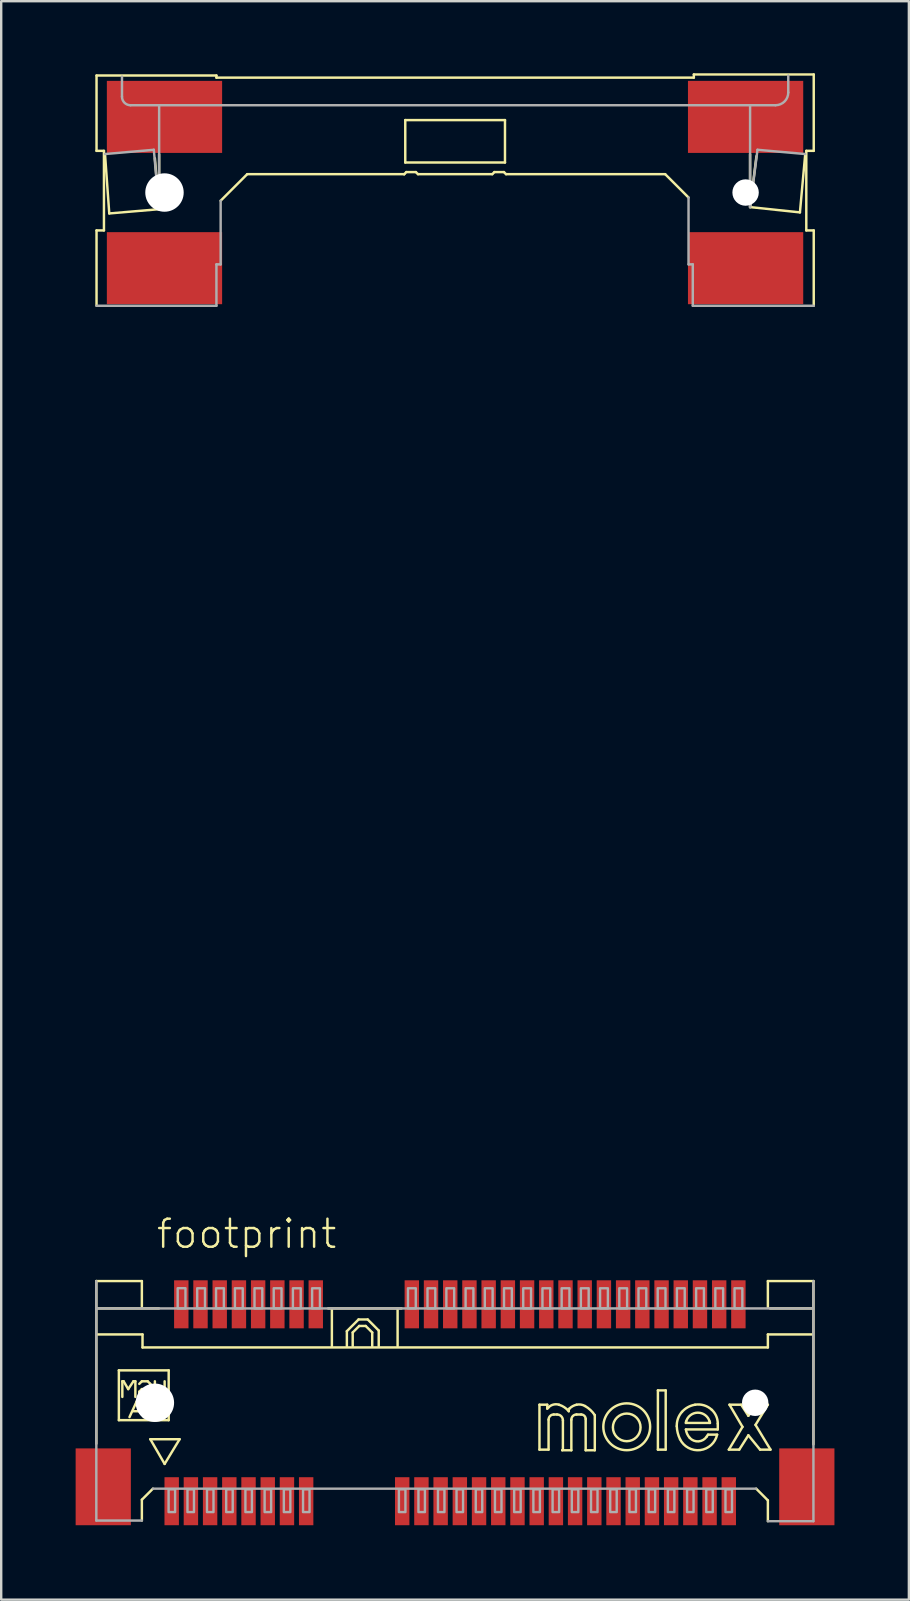
<source format=kicad_pcb>
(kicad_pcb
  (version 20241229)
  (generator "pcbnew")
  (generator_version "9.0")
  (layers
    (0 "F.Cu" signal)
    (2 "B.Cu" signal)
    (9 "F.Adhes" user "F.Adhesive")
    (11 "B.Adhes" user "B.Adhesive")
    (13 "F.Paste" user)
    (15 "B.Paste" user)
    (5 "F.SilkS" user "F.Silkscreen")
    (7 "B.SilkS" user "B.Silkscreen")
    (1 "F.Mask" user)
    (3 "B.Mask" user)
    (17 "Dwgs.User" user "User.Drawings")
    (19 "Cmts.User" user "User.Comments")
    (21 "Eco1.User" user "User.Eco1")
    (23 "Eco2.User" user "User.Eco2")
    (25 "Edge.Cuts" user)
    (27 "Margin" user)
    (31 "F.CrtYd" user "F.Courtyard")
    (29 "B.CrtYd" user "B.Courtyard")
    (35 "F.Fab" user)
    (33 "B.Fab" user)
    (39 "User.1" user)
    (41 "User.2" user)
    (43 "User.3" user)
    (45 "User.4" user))
  (footprint "footprint"
    (layer "F.Cu")
    (at 3.4 55.368)
    (property "Reference" "footprint" (at 0 -6.35 0) (layer "F.SilkS") (effects (font (size 1.168 1.168) (thickness 0.102)) (justify left bottom)))
    (fp_poly (pts (xy -3.4 5.188) (xy -0.9 5.188) (xy -0.9 1.8) (xy -3.4 1.8)) (stroke (width 0) (type solid)) (fill yes) (layer "F.Mask"))
    (fp_poly (pts (xy -2.188 -51.875) (xy 2.962 -51.875) (xy 2.962 -55.212) (xy -2.188 -55.212)) (stroke (width 0) (type solid)) (fill yes) (layer "F.Mask"))
    (fp_poly (pts (xy -2.188 -45.562) (xy 2.962 -45.562) (xy 2.962 -48.9) (xy -2.188 -48.9)) (stroke (width 0) (type solid)) (fill yes) (layer "F.Mask"))
    (fp_poly (pts (xy 0.35 5.175) (xy 1.038 5.175) (xy 1.038 3.025) (xy 0.35 3.025)) (stroke (width 0) (type solid)) (fill yes) (layer "F.Mask"))
    (fp_poly (pts (xy 0.75 -3.025) (xy 1.438 -3.025) (xy 1.438 -5.175) (xy 0.75 -5.175)) (stroke (width 0) (type solid)) (fill yes) (layer "F.Mask"))
    (fp_poly (pts (xy 1.15 5.175) (xy 1.837 5.175) (xy 1.837 3.025) (xy 1.15 3.025)) (stroke (width 0) (type solid)) (fill yes) (layer "F.Mask"))
    (fp_poly (pts (xy 1.55 -3.025) (xy 2.237 -3.025) (xy 2.237 -5.175) (xy 1.55 -5.175)) (stroke (width 0) (type solid)) (fill yes) (layer "F.Mask"))
    (fp_poly (pts (xy 1.95 5.175) (xy 2.638 5.175) (xy 2.638 3.025) (xy 1.95 3.025)) (stroke (width 0) (type solid)) (fill yes) (layer "F.Mask"))
    (fp_poly (pts (xy 2.35 -3.025) (xy 3.038 -3.025) (xy 3.038 -5.175) (xy 2.35 -5.175)) (stroke (width 0) (type solid)) (fill yes) (layer "F.Mask"))
    (fp_poly (pts (xy 2.75 5.175) (xy 3.438 5.175) (xy 3.438 3.025) (xy 2.75 3.025)) (stroke (width 0) (type solid)) (fill yes) (layer "F.Mask"))
    (fp_poly (pts (xy 3.15 -3.025) (xy 3.837 -3.025) (xy 3.837 -5.175) (xy 3.15 -5.175)) (stroke (width 0) (type solid)) (fill yes) (layer "F.Mask"))
    (fp_poly (pts (xy 3.55 5.175) (xy 4.237 5.175) (xy 4.237 3.025) (xy 3.55 3.025)) (stroke (width 0) (type solid)) (fill yes) (layer "F.Mask"))
    (fp_poly (pts (xy 3.95 -3.025) (xy 4.638 -3.025) (xy 4.638 -5.175) (xy 3.95 -5.175)) (stroke (width 0) (type solid)) (fill yes) (layer "F.Mask"))
    (fp_poly (pts (xy 4.35 5.175) (xy 5.037 5.175) (xy 5.037 3.025) (xy 4.35 3.025)) (stroke (width 0) (type solid)) (fill yes) (layer "F.Mask"))
    (fp_poly (pts (xy 4.75 -3.025) (xy 5.438 -3.025) (xy 5.438 -5.175) (xy 4.75 -5.175)) (stroke (width 0) (type solid)) (fill yes) (layer "F.Mask"))
    (fp_poly (pts (xy 5.15 5.175) (xy 5.838 5.175) (xy 5.838 3.025) (xy 5.15 3.025)) (stroke (width 0) (type solid)) (fill yes) (layer "F.Mask"))
    (fp_poly (pts (xy 5.55 -3.025) (xy 6.237 -3.025) (xy 6.237 -5.175) (xy 5.55 -5.175)) (stroke (width 0) (type solid)) (fill yes) (layer "F.Mask"))
    (fp_poly (pts (xy 5.95 5.175) (xy 6.638 5.175) (xy 6.638 3.025) (xy 5.95 3.025)) (stroke (width 0) (type solid)) (fill yes) (layer "F.Mask"))
    (fp_poly (pts (xy 6.35 -3.025) (xy 7.037 -3.025) (xy 7.037 -5.175) (xy 6.35 -5.175)) (stroke (width 0) (type solid)) (fill yes) (layer "F.Mask"))
    (fp_poly (pts (xy 9.95 5.175) (xy 10.637 5.175) (xy 10.637 3.025) (xy 9.95 3.025)) (stroke (width 0) (type solid)) (fill yes) (layer "F.Mask"))
    (fp_poly (pts (xy 10.35 -3.025) (xy 11.037 -3.025) (xy 11.037 -5.175) (xy 10.35 -5.175)) (stroke (width 0) (type solid)) (fill yes) (layer "F.Mask"))
    (fp_poly (pts (xy 10.75 5.175) (xy 11.438 5.175) (xy 11.438 3.025) (xy 10.75 3.025)) (stroke (width 0) (type solid)) (fill yes) (layer "F.Mask"))
    (fp_poly (pts (xy 11.15 -3.025) (xy 11.838 -3.025) (xy 11.838 -5.175) (xy 11.15 -5.175)) (stroke (width 0) (type solid)) (fill yes) (layer "F.Mask"))
    (fp_poly (pts (xy 11.55 5.175) (xy 12.238 5.175) (xy 12.238 3.025) (xy 11.55 3.025)) (stroke (width 0) (type solid)) (fill yes) (layer "F.Mask"))
    (fp_poly (pts (xy 11.95 -3.025) (xy 12.637 -3.025) (xy 12.637 -5.175) (xy 11.95 -5.175)) (stroke (width 0) (type solid)) (fill yes) (layer "F.Mask"))
    (fp_poly (pts (xy 12.35 5.175) (xy 13.037 5.175) (xy 13.037 3.025) (xy 12.35 3.025)) (stroke (width 0) (type solid)) (fill yes) (layer "F.Mask"))
    (fp_poly (pts (xy 12.75 -3.025) (xy 13.438 -3.025) (xy 13.438 -5.175) (xy 12.75 -5.175)) (stroke (width 0) (type solid)) (fill yes) (layer "F.Mask"))
    (fp_poly (pts (xy 13.15 5.175) (xy 13.838 5.175) (xy 13.838 3.025) (xy 13.15 3.025)) (stroke (width 0) (type solid)) (fill yes) (layer "F.Mask"))
    (fp_poly (pts (xy 13.55 -3.025) (xy 14.238 -3.025) (xy 14.238 -5.175) (xy 13.55 -5.175)) (stroke (width 0) (type solid)) (fill yes) (layer "F.Mask"))
    (fp_poly (pts (xy 13.95 5.175) (xy 14.637 5.175) (xy 14.637 3.025) (xy 13.95 3.025)) (stroke (width 0) (type solid)) (fill yes) (layer "F.Mask"))
    (fp_poly (pts (xy 14.35 -3.025) (xy 15.037 -3.025) (xy 15.037 -5.175) (xy 14.35 -5.175)) (stroke (width 0) (type solid)) (fill yes) (layer "F.Mask"))
    (fp_poly (pts (xy 14.75 5.175) (xy 15.438 5.175) (xy 15.438 3.025) (xy 14.75 3.025)) (stroke (width 0) (type solid)) (fill yes) (layer "F.Mask"))
    (fp_poly (pts (xy 15.15 -3.025) (xy 15.838 -3.025) (xy 15.838 -5.175) (xy 15.15 -5.175)) (stroke (width 0) (type solid)) (fill yes) (layer "F.Mask"))
    (fp_poly (pts (xy 15.55 5.175) (xy 16.238 5.175) (xy 16.238 3.025) (xy 15.55 3.025)) (stroke (width 0) (type solid)) (fill yes) (layer "F.Mask"))
    (fp_poly (pts (xy 15.95 -3.025) (xy 16.637 -3.025) (xy 16.637 -5.175) (xy 15.95 -5.175)) (stroke (width 0) (type solid)) (fill yes) (layer "F.Mask"))
    (fp_poly (pts (xy 16.35 5.175) (xy 17.038 5.175) (xy 17.038 3.025) (xy 16.35 3.025)) (stroke (width 0) (type solid)) (fill yes) (layer "F.Mask"))
    (fp_poly (pts (xy 16.75 -3.025) (xy 17.438 -3.025) (xy 17.438 -5.175) (xy 16.75 -5.175)) (stroke (width 0) (type solid)) (fill yes) (layer "F.Mask"))
    (fp_poly (pts (xy 17.15 5.175) (xy 17.837 5.175) (xy 17.837 3.025) (xy 17.15 3.025)) (stroke (width 0) (type solid)) (fill yes) (layer "F.Mask"))
    (fp_poly (pts (xy 17.55 -3.025) (xy 18.238 -3.025) (xy 18.238 -5.175) (xy 17.55 -5.175)) (stroke (width 0) (type solid)) (fill yes) (layer "F.Mask"))
    (fp_poly (pts (xy 17.95 5.175) (xy 18.637 5.175) (xy 18.637 3.025) (xy 17.95 3.025)) (stroke (width 0) (type solid)) (fill yes) (layer "F.Mask"))
    (fp_poly (pts (xy 18.35 -3.025) (xy 19.038 -3.025) (xy 19.038 -5.175) (xy 18.35 -5.175)) (stroke (width 0) (type solid)) (fill yes) (layer "F.Mask"))
    (fp_poly (pts (xy 18.75 5.175) (xy 19.438 5.175) (xy 19.438 3.025) (xy 18.75 3.025)) (stroke (width 0) (type solid)) (fill yes) (layer "F.Mask"))
    (fp_poly (pts (xy 19.15 -3.025) (xy 19.837 -3.025) (xy 19.837 -5.175) (xy 19.15 -5.175)) (stroke (width 0) (type solid)) (fill yes) (layer "F.Mask"))
    (fp_poly (pts (xy 19.55 5.175) (xy 20.238 5.175) (xy 20.238 3.025) (xy 19.55 3.025)) (stroke (width 0) (type solid)) (fill yes) (layer "F.Mask"))
    (fp_poly (pts (xy 19.95 -3.025) (xy 20.637 -3.025) (xy 20.637 -5.175) (xy 19.95 -5.175)) (stroke (width 0) (type solid)) (fill yes) (layer "F.Mask"))
    (fp_poly (pts (xy 20.35 5.175) (xy 21.038 5.175) (xy 21.038 3.025) (xy 20.35 3.025)) (stroke (width 0) (type solid)) (fill yes) (layer "F.Mask"))
    (fp_poly (pts (xy 20.75 -3.025) (xy 21.438 -3.025) (xy 21.438 -5.175) (xy 20.75 -5.175)) (stroke (width 0) (type solid)) (fill yes) (layer "F.Mask"))
    (fp_poly (pts (xy 21.15 5.175) (xy 21.837 5.175) (xy 21.837 3.025) (xy 21.15 3.025)) (stroke (width 0) (type solid)) (fill yes) (layer "F.Mask"))
    (fp_poly (pts (xy 21.55 -3.025) (xy 22.238 -3.025) (xy 22.238 -5.175) (xy 21.55 -5.175)) (stroke (width 0) (type solid)) (fill yes) (layer "F.Mask"))
    (fp_poly (pts (xy 21.95 5.175) (xy 22.637 5.175) (xy 22.637 3.025) (xy 21.95 3.025)) (stroke (width 0) (type solid)) (fill yes) (layer "F.Mask"))
    (fp_poly (pts (xy 22.012 -45.575) (xy 27.163 -45.575) (xy 27.163 -48.913) (xy 22.012 -48.913)) (stroke (width 0) (type solid)) (fill yes) (layer "F.Mask"))
    (fp_poly (pts (xy 22.025 -51.875) (xy 27.175 -51.875) (xy 27.175 -55.212) (xy 22.025 -55.212)) (stroke (width 0) (type solid)) (fill yes) (layer "F.Mask"))
    (fp_poly (pts (xy 22.35 -3.025) (xy 23.038 -3.025) (xy 23.038 -5.175) (xy 22.35 -5.175)) (stroke (width 0) (type solid)) (fill yes) (layer "F.Mask"))
    (fp_poly (pts (xy 22.75 5.175) (xy 23.438 5.175) (xy 23.438 3.025) (xy 22.75 3.025)) (stroke (width 0) (type solid)) (fill yes) (layer "F.Mask"))
    (fp_poly (pts (xy 23.15 -3.025) (xy 23.837 -3.025) (xy 23.837 -5.175) (xy 23.15 -5.175)) (stroke (width 0) (type solid)) (fill yes) (layer "F.Mask"))
    (fp_poly (pts (xy 23.55 5.175) (xy 24.238 5.175) (xy 24.238 3.025) (xy 23.55 3.025)) (stroke (width 0) (type solid)) (fill yes) (layer "F.Mask"))
    (fp_poly (pts (xy 23.95 -3.025) (xy 24.637 -3.025) (xy 24.637 -5.175) (xy 23.95 -5.175)) (stroke (width 0) (type solid)) (fill yes) (layer "F.Mask"))
    (fp_poly (pts (xy 25.9 5.2) (xy 28.4 5.2) (xy 28.4 1.812) (xy 25.9 1.812)) (stroke (width 0) (type solid)) (fill yes) (layer "F.Mask"))
    (fp_line (start -2.439 -5.068) (end -0.542 -5.068) (stroke (width 0.102) (type solid)) (layer "F.SilkS"))
    (fp_line (start -2.439 1.705) (end -2.439 -5.068) (stroke (width 0.102) (type solid)) (layer "F.SilkS"))
    (fp_line (start -2.43 -55.273) (end 2.563 -55.273) (stroke (width 0.102) (type solid)) (layer "F.SilkS"))
    (fp_line (start -2.43 -52.136) (end -2.43 -55.273) (stroke (width 0.102) (type solid)) (layer "F.SilkS"))
    (fp_line (start -2.43 -48.822) (end -2.121 -48.822) (stroke (width 0.102) (type solid)) (layer "F.SilkS"))
    (fp_line (start -2.43 -45.685) (end -2.43 -48.822) (stroke (width 0.102) (type solid)) (layer "F.SilkS"))
    (fp_line (start -2.385 -3.929) (end 0.171 -3.929) (stroke (width 0.102) (type solid)) (layer "F.SilkS"))
    (fp_line (start -2.121 -52.136) (end -2.43 -52.136) (stroke (width 0.102) (type solid)) (layer "F.SilkS"))
    (fp_line (start -2.121 -48.822) (end -2.121 -52.136) (stroke (width 0.102) (type solid)) (layer "F.SilkS"))
    (fp_line (start -2.077 -52.003) (end -1.9 -49.529) (stroke (width 0.102) (type solid)) (layer "F.SilkS"))
    (fp_line (start -1.9 -49.529) (end 0.177 -49.706) (stroke (width 0.102) (type solid)) (layer "F.SilkS"))
    (fp_line (start -1.5 -1.35) (end 0.575 -1.35) (stroke (width 0.102) (type solid)) (layer "F.SilkS"))
    (fp_line (start -1.5 0.725) (end -1.5 -1.35) (stroke (width 0.102) (type solid)) (layer "F.SilkS"))
    (fp_line (start -1.355 -0.894) (end -1.301 -0.894) (stroke (width 0.102) (type solid)) (layer "F.SilkS"))
    (fp_line (start -1.355 -0.244) (end -1.355 -0.894) (stroke (width 0.102) (type solid)) (layer "F.SilkS"))
    (fp_line (start -1.301 -0.894) (end -1.111 -0.569) (stroke (width 0.102) (type solid)) (layer "F.SilkS"))
    (fp_line (start -1.111 -0.569) (end -0.894 -0.894) (stroke (width 0.102) (type solid)) (layer "F.SilkS"))
    (fp_line (start -1.057 0.596) (end -0.759 -0.054) (stroke (width 0.102) (type solid)) (layer "F.SilkS"))
    (fp_line (start -0.894 -0.894) (end -0.813 -0.894) (stroke (width 0.102) (type solid)) (layer "F.SilkS"))
    (fp_line (start -0.894 0.352) (end -0.623 0.352) (stroke (width 0.102) (type solid)) (layer "F.SilkS"))
    (fp_line (start -0.813 -0.894) (end -0.813 -0.244) (stroke (width 0.102) (type solid)) (layer "F.SilkS"))
    (fp_line (start -0.759 -0.054) (end -0.461 0.596) (stroke (width 0.102) (type solid)) (layer "F.SilkS"))
    (fp_line (start -0.65 -0.786) (end -0.542 -0.894) (stroke (width 0.102) (type solid)) (layer "F.SilkS"))
    (fp_line (start -0.65 -0.461) (end -0.65 -0.352) (stroke (width 0.102) (type solid)) (layer "F.SilkS"))
    (fp_line (start -0.65 -0.352) (end -0.542 -0.244) (stroke (width 0.102) (type solid)) (layer "F.SilkS"))
    (fp_line (start -0.542 -5.068) (end -0.542 -4.011) (stroke (width 0.102) (type solid)) (layer "F.SilkS"))
    (fp_line (start -0.542 -0.894) (end -0.298 -0.894) (stroke (width 0.102) (type solid)) (layer "F.SilkS"))
    (fp_line (start -0.542 -0.569) (end -0.65 -0.461) (stroke (width 0.102) (type solid)) (layer "F.SilkS"))
    (fp_line (start -0.542 -0.244) (end -0.298 -0.244) (stroke (width 0.102) (type solid)) (layer "F.SilkS"))
    (fp_line (start -0.542 4.038) (end -0.081 3.577) (stroke (width 0.102) (type solid)) (layer "F.SilkS"))
    (fp_line (start -0.542 4.905) (end -0.542 4.038) (stroke (width 0.102) (type solid)) (layer "F.SilkS"))
    (fp_line (start -0.515 -2.845) (end -2.385 -2.845) (stroke (width 0.102) (type solid)) (layer "F.SilkS"))
    (fp_line (start -0.515 -2.304) (end -0.515 -2.845) (stroke (width 0.102) (type solid)) (layer "F.SilkS"))
    (fp_line (start -0.406 0.136) (end -0.136 -0.054) (stroke (width 0.102) (type solid)) (layer "F.SilkS"))
    (fp_line (start -0.298 -0.894) (end -0.19 -0.786) (stroke (width 0.102) (type solid)) (layer "F.SilkS"))
    (fp_line (start -0.298 -0.244) (end -0.19 -0.352) (stroke (width 0.102) (type solid)) (layer "F.SilkS"))
    (fp_line (start -0.271 -0.569) (end -0.542 -0.569) (stroke (width 0.102) (type solid)) (layer "F.SilkS"))
    (fp_line (start -0.19 -0.786) (end -0.19 -0.65) (stroke (width 0.102) (type solid)) (layer "F.SilkS"))
    (fp_line (start -0.19 -0.65) (end -0.271 -0.569) (stroke (width 0.102) (type solid)) (layer "F.SilkS"))
    (fp_line (start -0.19 1.518) (end 1.03 1.518) (stroke (width 0.102) (type solid)) (layer "F.SilkS"))
    (fp_line (start -0.136 -0.054) (end -0.136 0.596) (stroke (width 0.102) (type solid)) (layer "F.SilkS"))
    (fp_line (start 0 -0.894) (end 0 -0.244) (stroke (width 0.102) (type solid)) (layer "F.SilkS"))
    (fp_line (start 0.054 -0.569) (end 0.352 -0.569) (stroke (width 0.102) (type solid)) (layer "F.SilkS"))
    (fp_line (start 0.177 -49.706) (end 0 -51.824) (stroke (width 0.102) (type solid)) (layer "F.SilkS"))
    (fp_line (start 0.177 -49.706) (end 0.177 -51.992) (stroke (width 0.102) (type solid)) (layer "F.SilkS"))
    (fp_line (start 0.406 -0.894) (end 0.406 -0.244) (stroke (width 0.102) (type solid)) (layer "F.SilkS"))
    (fp_line (start 0.406 2.547) (end -0.19 1.518) (stroke (width 0.102) (type solid)) (layer "F.SilkS"))
    (fp_line (start 0.575 -1.35) (end 0.575 0.725) (stroke (width 0.102) (type solid)) (layer "F.SilkS"))
    (fp_line (start 0.575 0.725) (end -1.5 0.725) (stroke (width 0.102) (type solid)) (layer "F.SilkS"))
    (fp_line (start 1.03 1.518) (end 0.406 2.547) (stroke (width 0.102) (type solid)) (layer "F.SilkS"))
    (fp_line (start 2.563 -55.273) (end 2.563 -55.185) (stroke (width 0.102) (type solid)) (layer "F.SilkS"))
    (fp_line (start 2.563 -55.185) (end 22.445 -55.185) (stroke (width 0.102) (type solid)) (layer "F.SilkS"))
    (fp_line (start 3.844 -51.164) (end 2.739 -50.059) (stroke (width 0.102) (type solid)) (layer "F.SilkS"))
    (fp_line (start 7.215 -3.929) (end 10.271 -3.929) (stroke (width 0.102) (type solid)) (layer "F.SilkS"))
    (fp_line (start 7.371 -2.358) (end 7.371 -3.875) (stroke (width 0.102) (type solid)) (layer "F.SilkS"))
    (fp_line (start 7.995 -2.981) (end 8.482 -3.469) (stroke (width 0.102) (type solid)) (layer "F.SilkS"))
    (fp_line (start 7.995 -2.358) (end 7.995 -2.981) (stroke (width 0.102) (type solid)) (layer "F.SilkS"))
    (fp_line (start 8.238 -2.927) (end 8.509 -3.198) (stroke (width 0.102) (type solid)) (layer "F.SilkS"))
    (fp_line (start 8.238 -2.358) (end 8.238 -2.927) (stroke (width 0.102) (type solid)) (layer "F.SilkS"))
    (fp_line (start 8.482 -3.469) (end 8.862 -3.469) (stroke (width 0.102) (type solid)) (layer "F.SilkS"))
    (fp_line (start 8.509 -3.198) (end 8.78 -3.198) (stroke (width 0.102) (type solid)) (layer "F.SilkS"))
    (fp_line (start 8.78 -3.198) (end 9.051 -2.927) (stroke (width 0.102) (type solid)) (layer "F.SilkS"))
    (fp_line (start 8.862 -3.469) (end 9.322 -3.008) (stroke (width 0.102) (type solid)) (layer "F.SilkS"))
    (fp_line (start 9.051 -2.927) (end 9.051 -2.358) (stroke (width 0.102) (type solid)) (layer "F.SilkS"))
    (fp_line (start 9.322 -3.008) (end 9.322 -2.358) (stroke (width 0.102) (type solid)) (layer "F.SilkS"))
    (fp_line (start 10.108 -2.358) (end 10.108 -3.875) (stroke (width 0.102) (type solid)) (layer "F.SilkS"))
    (fp_line (start 10.383 -51.164) (end 3.844 -51.164) (stroke (width 0.102) (type solid)) (layer "F.SilkS"))
    (fp_line (start 10.383 -51.164) (end 10.383 -51.164) (stroke (width 0.102) (type solid)) (layer "F.SilkS"))
    (fp_line (start 10.427 -53.417) (end 10.427 -51.65) (stroke (width 0.102) (type solid)) (layer "F.SilkS"))
    (fp_line (start 10.427 -51.65) (end 14.58 -51.65) (stroke (width 0.102) (type solid)) (layer "F.SilkS"))
    (fp_line (start 10.471 -51.252) (end 10.383 -51.164) (stroke (width 0.102) (type solid)) (layer "F.SilkS"))
    (fp_line (start 10.869 -51.252) (end 10.471 -51.252) (stroke (width 0.102) (type solid)) (layer "F.SilkS"))
    (fp_line (start 10.957 -51.164) (end 10.869 -51.252) (stroke (width 0.102) (type solid)) (layer "F.SilkS"))
    (fp_line (start 14.05 -51.164) (end 10.957 -51.164) (stroke (width 0.102) (type solid)) (layer "F.SilkS"))
    (fp_line (start 14.139 -51.252) (end 14.05 -51.164) (stroke (width 0.102) (type solid)) (layer "F.SilkS"))
    (fp_line (start 14.536 -51.252) (end 14.139 -51.252) (stroke (width 0.102) (type solid)) (layer "F.SilkS"))
    (fp_line (start 14.58 -53.417) (end 10.427 -53.417) (stroke (width 0.102) (type solid)) (layer "F.SilkS"))
    (fp_line (start 14.58 -51.65) (end 14.58 -53.417) (stroke (width 0.102) (type solid)) (layer "F.SilkS"))
    (fp_line (start 14.624 -51.164) (end 14.536 -51.252) (stroke (width 0.102) (type solid)) (layer "F.SilkS"))
    (fp_line (start 16.016 0.081) (end 16.341 0.081) (stroke (width 0.102) (type solid)) (layer "F.SilkS"))
    (fp_line (start 16.016 1.951) (end 16.016 0.081) (stroke (width 0.102) (type solid)) (layer "F.SilkS"))
    (fp_line (start 16.341 0.081) (end 16.341 0.244) (stroke (width 0.102) (type solid)) (layer "F.SilkS"))
    (fp_line (start 16.341 0.244) (end 16.395 0.19) (stroke (width 0.102) (type solid)) (layer "F.SilkS"))
    (fp_line (start 16.395 0.705) (end 16.395 1.951) (stroke (width 0.102) (type solid)) (layer "F.SilkS"))
    (fp_line (start 16.395 1.951) (end 16.016 1.951) (stroke (width 0.102) (type solid)) (layer "F.SilkS"))
    (fp_line (start 16.748 0.488) (end 16.612 0.488) (stroke (width 0.102) (type solid)) (layer "F.SilkS"))
    (fp_line (start 16.992 1.951) (end 16.992 0.732) (stroke (width 0.102) (type solid)) (layer "F.SilkS"))
    (fp_line (start 17.236 0.271) (end 17.263 0.244) (stroke (width 0.102) (type solid)) (layer "F.SilkS"))
    (fp_line (start 17.236 0.352) (end 17.236 0.271) (stroke (width 0.102) (type solid)) (layer "F.SilkS"))
    (fp_line (start 17.344 0.705) (end 17.344 1.978) (stroke (width 0.102) (type solid)) (layer "F.SilkS"))
    (fp_line (start 17.344 1.978) (end 16.965 1.978) (stroke (width 0.102) (type solid)) (layer "F.SilkS"))
    (fp_line (start 17.75 0.488) (end 17.561 0.488) (stroke (width 0.102) (type solid)) (layer "F.SilkS"))
    (fp_line (start 17.94 1.978) (end 17.94 0.677) (stroke (width 0.102) (type solid)) (layer "F.SilkS"))
    (fp_line (start 18.32 0.515) (end 18.32 1.978) (stroke (width 0.102) (type solid)) (layer "F.SilkS"))
    (fp_line (start 18.32 1.978) (end 17.94 1.978) (stroke (width 0.102) (type solid)) (layer "F.SilkS"))
    (fp_line (start 20.948 -0.515) (end 21.273 -0.515) (stroke (width 0.102) (type solid)) (layer "F.SilkS"))
    (fp_line (start 20.948 1.951) (end 20.948 -0.515) (stroke (width 0.102) (type solid)) (layer "F.SilkS"))
    (fp_line (start 21.252 -51.164) (end 14.624 -51.164) (stroke (width 0.102) (type solid)) (layer "F.SilkS"))
    (fp_line (start 21.273 -0.515) (end 21.273 1.951) (stroke (width 0.102) (type solid)) (layer "F.SilkS"))
    (fp_line (start 21.273 1.951) (end 20.948 1.951) (stroke (width 0.102) (type solid)) (layer "F.SilkS"))
    (fp_line (start 22.114 0.84) (end 23.116 0.84) (stroke (width 0.102) (type solid)) (layer "F.SilkS"))
    (fp_line (start 22.114 1.111) (end 23.442 1.111) (stroke (width 0.102) (type solid)) (layer "F.SilkS"))
    (fp_line (start 22.224 -50.192) (end 21.252 -51.164) (stroke (width 0.102) (type solid)) (layer "F.SilkS"))
    (fp_line (start 22.445 -55.317) (end 27.438 -55.317) (stroke (width 0.102) (type solid)) (layer "F.SilkS"))
    (fp_line (start 22.445 -55.185) (end 22.445 -55.317) (stroke (width 0.102) (type solid)) (layer "F.SilkS"))
    (fp_line (start 23.035 1.328) (end 22.981 1.409) (stroke (width 0.102) (type solid)) (layer "F.SilkS"))
    (fp_line (start 23.414 1.328) (end 23.035 1.328) (stroke (width 0.102) (type solid)) (layer "F.SilkS"))
    (fp_line (start 23.442 1.111) (end 23.442 0.867) (stroke (width 0.102) (type solid)) (layer "F.SilkS"))
    (fp_line (start 23.902 1.951) (end 24.471 1.003) (stroke (width 0.102) (type solid)) (layer "F.SilkS"))
    (fp_line (start 23.929 0.081) (end 24.417 0.081) (stroke (width 0.102) (type solid)) (layer "F.SilkS"))
    (fp_line (start 24.336 1.951) (end 23.902 1.951) (stroke (width 0.102) (type solid)) (layer "F.SilkS"))
    (fp_line (start 24.417 0.081) (end 24.715 0.542) (stroke (width 0.102) (type solid)) (layer "F.SilkS"))
    (fp_line (start 24.471 1.003) (end 23.929 0.081) (stroke (width 0.102) (type solid)) (layer "F.SilkS"))
    (fp_line (start 24.715 0.542) (end 25.095 0.081) (stroke (width 0.102) (type solid)) (layer "F.SilkS"))
    (fp_line (start 24.715 1.355) (end 24.336 1.951) (stroke (width 0.102) (type solid)) (layer "F.SilkS"))
    (fp_line (start 24.787 -51.992) (end 24.787 -49.794) (stroke (width 0.102) (type solid)) (layer "F.SilkS"))
    (fp_line (start 24.787 -49.794) (end 26.863 -49.573) (stroke (width 0.102) (type solid)) (layer "F.SilkS"))
    (fp_line (start 25.013 0.921) (end 25.637 1.951) (stroke (width 0.102) (type solid)) (layer "F.SilkS"))
    (fp_line (start 25.04 3.577) (end 25.528 4.065) (stroke (width 0.102) (type solid)) (layer "F.SilkS"))
    (fp_line (start 25.052 -51.913) (end 24.787 -49.794) (stroke (width 0.102) (type solid)) (layer "F.SilkS"))
    (fp_line (start 25.095 0.081) (end 25.528 0.081) (stroke (width 0.102) (type solid)) (layer "F.SilkS"))
    (fp_line (start 25.203 1.951) (end 24.715 1.355) (stroke (width 0.102) (type solid)) (layer "F.SilkS"))
    (fp_line (start 25.528 -5.068) (end 25.528 -3.984) (stroke (width 0.102) (type solid)) (layer "F.SilkS"))
    (fp_line (start 25.528 -2.845) (end 25.528 -2.304) (stroke (width 0.102) (type solid)) (layer "F.SilkS"))
    (fp_line (start 25.528 -2.304) (end -0.515 -2.304) (stroke (width 0.102) (type solid)) (layer "F.SilkS"))
    (fp_line (start 25.528 0.081) (end 25.013 0.921) (stroke (width 0.102) (type solid)) (layer "F.SilkS"))
    (fp_line (start 25.528 4.065) (end 25.528 4.932) (stroke (width 0.102) (type solid)) (layer "F.SilkS"))
    (fp_line (start 25.615 -3.929) (end 27.371 -3.929) (stroke (width 0.102) (type solid)) (layer "F.SilkS"))
    (fp_line (start 25.637 1.951) (end 25.203 1.951) (stroke (width 0.102) (type solid)) (layer "F.SilkS"))
    (fp_line (start 26.863 -49.573) (end 27.084 -52.003) (stroke (width 0.102) (type solid)) (layer "F.SilkS"))
    (fp_line (start 27.128 -52.136) (end 27.128 -48.822) (stroke (width 0.102) (type solid)) (layer "F.SilkS"))
    (fp_line (start 27.128 -48.822) (end 27.438 -48.822) (stroke (width 0.102) (type solid)) (layer "F.SilkS"))
    (fp_line (start 27.371 -2.845) (end 25.528 -2.845) (stroke (width 0.102) (type solid)) (layer "F.SilkS"))
    (fp_line (start 27.425 -5.068) (end 25.528 -5.068) (stroke (width 0.102) (type solid)) (layer "F.SilkS"))
    (fp_line (start 27.425 1.732) (end 27.425 -5.068) (stroke (width 0.102) (type solid)) (layer "F.SilkS"))
    (fp_line (start 27.438 -55.317) (end 27.438 -52.136) (stroke (width 0.102) (type solid)) (layer "F.SilkS"))
    (fp_line (start 27.438 -52.136) (end 27.128 -52.136) (stroke (width 0.102) (type solid)) (layer "F.SilkS"))
    (fp_line (start 27.438 -48.822) (end 27.438 -45.685) (stroke (width 0.102) (type solid)) (layer "F.SilkS"))
    (fp_arc (start 16.3955 0.1897) (mid 16.597283 0.075431) (end 16.8291 0.0813) (stroke (width 0.1016) (type solid)) (layer "F.SilkS"))
    (fp_arc (start 16.3955 0.7046) (mid 16.458999 0.551299) (end 16.6123 0.4878) (stroke (width 0.1016) (type solid)) (layer "F.SilkS"))
    (fp_arc (start 16.747799 0.487799) (mid 16.920322 0.559177) (end 16.9917 0.7317) (stroke (width 0.1016) (type solid)) (layer "F.SilkS"))
    (fp_arc (start 16.8291 0.0813) (mid 17.052313 0.186855) (end 17.235599 0.3523) (stroke (width 0.1016) (type solid)) (layer "F.SilkS"))
    (fp_arc (start 16.9917 1.9512) (mid 16.983763 1.970363) (end 16.9646 1.9783) (stroke (width 0.1016) (type solid)) (layer "F.SilkS"))
    (fp_arc (start 17.2627 0.2439) (mid 17.40004 0.141133) (end 17.560799 0.0813) (stroke (width 0.1016) (type solid)) (layer "F.SilkS"))
    (fp_arc (start 17.344 0.7046) (mid 17.407499 0.551299) (end 17.5608 0.4878) (stroke (width 0.1016) (type solid)) (layer "F.SilkS"))
    (fp_arc (start 17.5608 0.0813) (mid 17.741966 0.075793) (end 17.913099 0.1355) (stroke (width 0.1016) (type solid)) (layer "F.SilkS"))
    (fp_arc (start 17.750501 0.487799) (mid 17.884668 0.543332) (end 17.9402 0.6775) (stroke (width 0.1016) (type solid)) (layer "F.SilkS"))
    (fp_arc (start 17.9131 0.1355) (mid 18.138494 0.301474) (end 18.319599 0.5149) (stroke (width 0.1016) (type solid)) (layer "F.SilkS"))
    (fp_arc (start 21.7342 0.975599) (mid 21.785216 0.656633) (end 21.951 0.3794) (stroke (width 0.1016) (type solid)) (layer "F.SilkS"))
    (fp_arc (start 21.8697 1.5176) (mid 21.772926 1.253856) (end 21.7342 0.9756) (stroke (width 0.1016) (type solid)) (layer "F.SilkS"))
    (fp_arc (start 21.951001 0.379399) (mid 22.196501 0.183987) (end 22.493 0.0813) (stroke (width 0.1016) (type solid)) (layer "F.SilkS"))
    (fp_arc (start 22.1136 0.8401) (mid 22.114904 0.80678) (end 22.125 0.775) (stroke (width 0.1016) (type solid)) (layer "F.SilkS"))
    (fp_arc (start 22.125001 0.774998) (mid 22.612501 0.412392) (end 23.1 0.775) (stroke (width 0.1016) (type solid)) (layer "F.SilkS"))
    (fp_arc (start 22.2762 1.4634) (mid 22.167442 1.299923) (end 22.1136 1.1111) (stroke (width 0.1016) (type solid)) (layer "F.SilkS"))
    (fp_arc (start 22.493001 0.0813) (mid 22.870819 0.106765) (end 23.1976 0.2981) (stroke (width 0.1016) (type solid)) (layer "F.SilkS"))
    (fp_arc (start 22.9808 1.4092) (mid 22.641706 1.607993) (end 22.276198 1.4634) (stroke (width 0.1016) (type solid)) (layer "F.SilkS"))
    (fp_arc (start 23.1 0.775) (mid 23.109756 0.807148) (end 23.1163 0.8401) (stroke (width 0.1016) (type solid)) (layer "F.SilkS"))
    (fp_arc (start 23.1976 0.298099) (mid 23.377981 0.557608) (end 23.4415 0.8672) (stroke (width 0.1016) (type solid)) (layer "F.SilkS"))
    (fp_arc (start 23.4144 1.3279) (mid 22.709342 1.970699) (end 21.8697 1.5176) (stroke (width 0.1016) (type solid)) (layer "F.SilkS"))
    (fp_circle (center 19.65 1) (end 20.625 1) (stroke (width 0.102) (type solid)) (fill no) (layer "F.SilkS"))
    (fp_circle (center 19.65 1.025) (end 20.226 1.025) (stroke (width 0.102) (type solid)) (fill no) (layer "F.SilkS"))
    (fp_poly (pts (xy -3.2 4.987) (xy -1.1 4.987) (xy -1.1 1.988) (xy -3.2 1.988)) (stroke (width 0) (type solid)) (fill yes) (layer "F.Paste"))
    (fp_poly (pts (xy -1.863 -52.237) (xy 2.638 -52.237) (xy 2.638 -54.888) (xy -1.863 -54.888)) (stroke (width 0) (type solid)) (fill yes) (layer "F.Paste"))
    (fp_poly (pts (xy -1.863 -45.925) (xy 2.638 -45.925) (xy 2.638 -48.575) (xy -1.863 -48.575)) (stroke (width 0) (type solid)) (fill yes) (layer "F.Paste"))
    (fp_poly (pts (xy 0.438 5.05) (xy 0.963 5.05) (xy 0.963 3.15) (xy 0.438 3.15)) (stroke (width 0) (type solid)) (fill yes) (layer "F.Paste"))
    (fp_poly (pts (xy 0.838 -3.15) (xy 1.363 -3.15) (xy 1.363 -5.05) (xy 0.838 -5.05)) (stroke (width 0) (type solid)) (fill yes) (layer "F.Paste"))
    (fp_poly (pts (xy 1.238 5.05) (xy 1.762 5.05) (xy 1.762 3.15) (xy 1.238 3.15)) (stroke (width 0) (type solid)) (fill yes) (layer "F.Paste"))
    (fp_poly (pts (xy 1.637 -3.15) (xy 2.163 -3.15) (xy 2.163 -5.05) (xy 1.637 -5.05)) (stroke (width 0) (type solid)) (fill yes) (layer "F.Paste"))
    (fp_poly (pts (xy 2.038 5.05) (xy 2.562 5.05) (xy 2.562 3.15) (xy 2.038 3.15)) (stroke (width 0) (type solid)) (fill yes) (layer "F.Paste"))
    (fp_poly (pts (xy 2.438 -3.15) (xy 2.962 -3.15) (xy 2.962 -5.05) (xy 2.438 -5.05)) (stroke (width 0) (type solid)) (fill yes) (layer "F.Paste"))
    (fp_poly (pts (xy 2.837 5.05) (xy 3.362 5.05) (xy 3.362 3.15) (xy 2.837 3.15)) (stroke (width 0) (type solid)) (fill yes) (layer "F.Paste"))
    (fp_poly (pts (xy 3.237 -3.15) (xy 3.763 -3.15) (xy 3.763 -5.05) (xy 3.237 -5.05)) (stroke (width 0) (type solid)) (fill yes) (layer "F.Paste"))
    (fp_poly (pts (xy 3.638 5.05) (xy 4.162 5.05) (xy 4.162 3.15) (xy 3.638 3.15)) (stroke (width 0) (type solid)) (fill yes) (layer "F.Paste"))
    (fp_poly (pts (xy 4.037 -3.15) (xy 4.562 -3.15) (xy 4.562 -5.05) (xy 4.037 -5.05)) (stroke (width 0) (type solid)) (fill yes) (layer "F.Paste"))
    (fp_poly (pts (xy 4.438 5.05) (xy 4.963 5.05) (xy 4.963 3.15) (xy 4.438 3.15)) (stroke (width 0) (type solid)) (fill yes) (layer "F.Paste"))
    (fp_poly (pts (xy 4.838 -3.15) (xy 5.362 -3.15) (xy 5.362 -5.05) (xy 4.838 -5.05)) (stroke (width 0) (type solid)) (fill yes) (layer "F.Paste"))
    (fp_poly (pts (xy 5.237 5.05) (xy 5.763 5.05) (xy 5.763 3.15) (xy 5.237 3.15)) (stroke (width 0) (type solid)) (fill yes) (layer "F.Paste"))
    (fp_poly (pts (xy 5.638 -3.15) (xy 6.162 -3.15) (xy 6.162 -5.05) (xy 5.638 -5.05)) (stroke (width 0) (type solid)) (fill yes) (layer "F.Paste"))
    (fp_poly (pts (xy 6.037 5.05) (xy 6.562 5.05) (xy 6.562 3.15) (xy 6.037 3.15)) (stroke (width 0) (type solid)) (fill yes) (layer "F.Paste"))
    (fp_poly (pts (xy 6.438 -3.15) (xy 6.963 -3.15) (xy 6.963 -5.05) (xy 6.438 -5.05)) (stroke (width 0) (type solid)) (fill yes) (layer "F.Paste"))
    (fp_poly (pts (xy 10.037 5.05) (xy 10.562 5.05) (xy 10.562 3.15) (xy 10.037 3.15)) (stroke (width 0) (type solid)) (fill yes) (layer "F.Paste"))
    (fp_poly (pts (xy 10.438 -3.15) (xy 10.963 -3.15) (xy 10.963 -5.05) (xy 10.438 -5.05)) (stroke (width 0) (type solid)) (fill yes) (layer "F.Paste"))
    (fp_poly (pts (xy 10.838 5.05) (xy 11.363 5.05) (xy 11.363 3.15) (xy 10.838 3.15)) (stroke (width 0) (type solid)) (fill yes) (layer "F.Paste"))
    (fp_poly (pts (xy 11.238 -3.15) (xy 11.762 -3.15) (xy 11.762 -5.05) (xy 11.238 -5.05)) (stroke (width 0) (type solid)) (fill yes) (layer "F.Paste"))
    (fp_poly (pts (xy 11.637 5.05) (xy 12.162 5.05) (xy 12.162 3.15) (xy 11.637 3.15)) (stroke (width 0) (type solid)) (fill yes) (layer "F.Paste"))
    (fp_poly (pts (xy 12.037 -3.15) (xy 12.562 -3.15) (xy 12.562 -5.05) (xy 12.037 -5.05)) (stroke (width 0) (type solid)) (fill yes) (layer "F.Paste"))
    (fp_poly (pts (xy 12.438 5.05) (xy 12.963 5.05) (xy 12.963 3.15) (xy 12.438 3.15)) (stroke (width 0) (type solid)) (fill yes) (layer "F.Paste"))
    (fp_poly (pts (xy 12.838 -3.15) (xy 13.363 -3.15) (xy 13.363 -5.05) (xy 12.838 -5.05)) (stroke (width 0) (type solid)) (fill yes) (layer "F.Paste"))
    (fp_poly (pts (xy 13.238 5.05) (xy 13.762 5.05) (xy 13.762 3.15) (xy 13.238 3.15)) (stroke (width 0) (type solid)) (fill yes) (layer "F.Paste"))
    (fp_poly (pts (xy 13.637 -3.15) (xy 14.162 -3.15) (xy 14.162 -5.05) (xy 13.637 -5.05)) (stroke (width 0) (type solid)) (fill yes) (layer "F.Paste"))
    (fp_poly (pts (xy 14.037 5.05) (xy 14.562 5.05) (xy 14.562 3.15) (xy 14.037 3.15)) (stroke (width 0) (type solid)) (fill yes) (layer "F.Paste"))
    (fp_poly (pts (xy 14.438 -3.15) (xy 14.963 -3.15) (xy 14.963 -5.05) (xy 14.438 -5.05)) (stroke (width 0) (type solid)) (fill yes) (layer "F.Paste"))
    (fp_poly (pts (xy 14.838 5.05) (xy 15.363 5.05) (xy 15.363 3.15) (xy 14.838 3.15)) (stroke (width 0) (type solid)) (fill yes) (layer "F.Paste"))
    (fp_poly (pts (xy 15.238 -3.15) (xy 15.762 -3.15) (xy 15.762 -5.05) (xy 15.238 -5.05)) (stroke (width 0) (type solid)) (fill yes) (layer "F.Paste"))
    (fp_poly (pts (xy 15.637 5.05) (xy 16.163 5.05) (xy 16.163 3.15) (xy 15.637 3.15)) (stroke (width 0) (type solid)) (fill yes) (layer "F.Paste"))
    (fp_poly (pts (xy 16.038 -3.15) (xy 16.562 -3.15) (xy 16.562 -5.05) (xy 16.038 -5.05)) (stroke (width 0) (type solid)) (fill yes) (layer "F.Paste"))
    (fp_poly (pts (xy 16.438 5.05) (xy 16.962 5.05) (xy 16.962 3.15) (xy 16.438 3.15)) (stroke (width 0) (type solid)) (fill yes) (layer "F.Paste"))
    (fp_poly (pts (xy 16.837 -3.15) (xy 17.363 -3.15) (xy 17.363 -5.05) (xy 16.837 -5.05)) (stroke (width 0) (type solid)) (fill yes) (layer "F.Paste"))
    (fp_poly (pts (xy 17.238 5.05) (xy 17.762 5.05) (xy 17.762 3.15) (xy 17.238 3.15)) (stroke (width 0) (type solid)) (fill yes) (layer "F.Paste"))
    (fp_poly (pts (xy 17.637 -3.15) (xy 18.163 -3.15) (xy 18.163 -5.05) (xy 17.637 -5.05)) (stroke (width 0) (type solid)) (fill yes) (layer "F.Paste"))
    (fp_poly (pts (xy 18.038 5.05) (xy 18.562 5.05) (xy 18.562 3.15) (xy 18.038 3.15)) (stroke (width 0) (type solid)) (fill yes) (layer "F.Paste"))
    (fp_poly (pts (xy 18.438 -3.15) (xy 18.962 -3.15) (xy 18.962 -5.05) (xy 18.438 -5.05)) (stroke (width 0) (type solid)) (fill yes) (layer "F.Paste"))
    (fp_poly (pts (xy 18.837 5.05) (xy 19.363 5.05) (xy 19.363 3.15) (xy 18.837 3.15)) (stroke (width 0) (type solid)) (fill yes) (layer "F.Paste"))
    (fp_poly (pts (xy 19.238 -3.15) (xy 19.762 -3.15) (xy 19.762 -5.05) (xy 19.238 -5.05)) (stroke (width 0) (type solid)) (fill yes) (layer "F.Paste"))
    (fp_poly (pts (xy 19.637 5.05) (xy 20.163 5.05) (xy 20.163 3.15) (xy 19.637 3.15)) (stroke (width 0) (type solid)) (fill yes) (layer "F.Paste"))
    (fp_poly (pts (xy 20.038 -3.15) (xy 20.562 -3.15) (xy 20.562 -5.05) (xy 20.038 -5.05)) (stroke (width 0) (type solid)) (fill yes) (layer "F.Paste"))
    (fp_poly (pts (xy 20.438 5.05) (xy 20.962 5.05) (xy 20.962 3.15) (xy 20.438 3.15)) (stroke (width 0) (type solid)) (fill yes) (layer "F.Paste"))
    (fp_poly (pts (xy 20.837 -3.15) (xy 21.363 -3.15) (xy 21.363 -5.05) (xy 20.837 -5.05)) (stroke (width 0) (type solid)) (fill yes) (layer "F.Paste"))
    (fp_poly (pts (xy 21.238 5.05) (xy 21.762 5.05) (xy 21.762 3.15) (xy 21.238 3.15)) (stroke (width 0) (type solid)) (fill yes) (layer "F.Paste"))
    (fp_poly (pts (xy 21.637 -3.15) (xy 22.163 -3.15) (xy 22.163 -5.05) (xy 21.637 -5.05)) (stroke (width 0) (type solid)) (fill yes) (layer "F.Paste"))
    (fp_poly (pts (xy 22.038 5.05) (xy 22.562 5.05) (xy 22.562 3.15) (xy 22.038 3.15)) (stroke (width 0) (type solid)) (fill yes) (layer "F.Paste"))
    (fp_poly (pts (xy 22.337 -45.938) (xy 26.837 -45.938) (xy 26.837 -48.587) (xy 22.337 -48.587)) (stroke (width 0) (type solid)) (fill yes) (layer "F.Paste"))
    (fp_poly (pts (xy 22.35 -52.2) (xy 26.85 -52.2) (xy 26.85 -54.888) (xy 22.35 -54.888)) (stroke (width 0) (type solid)) (fill yes) (layer "F.Paste"))
    (fp_poly (pts (xy 22.438 -3.15) (xy 22.962 -3.15) (xy 22.962 -5.05) (xy 22.438 -5.05)) (stroke (width 0) (type solid)) (fill yes) (layer "F.Paste"))
    (fp_poly (pts (xy 22.837 5.05) (xy 23.363 5.05) (xy 23.363 3.15) (xy 22.837 3.15)) (stroke (width 0) (type solid)) (fill yes) (layer "F.Paste"))
    (fp_poly (pts (xy 23.238 -3.15) (xy 23.762 -3.15) (xy 23.762 -5.05) (xy 23.238 -5.05)) (stroke (width 0) (type solid)) (fill yes) (layer "F.Paste"))
    (fp_poly (pts (xy 23.637 5.05) (xy 24.163 5.05) (xy 24.163 3.15) (xy 23.637 3.15)) (stroke (width 0) (type solid)) (fill yes) (layer "F.Paste"))
    (fp_poly (pts (xy 24.038 -3.15) (xy 24.562 -3.15) (xy 24.562 -5.05) (xy 24.038 -5.05)) (stroke (width 0) (type solid)) (fill yes) (layer "F.Paste"))
    (fp_poly (pts (xy 26.1 5) (xy 28.2 5) (xy 28.2 2) (xy 26.1 2)) (stroke (width 0) (type solid)) (fill yes) (layer "F.Paste"))
    (fp_line (start -2.439 4.905) (end -2.439 -5.068) (stroke (width 0.102) (type solid)) (layer "F.Fab"))
    (fp_line (start -2.439 4.905) (end -0.542 4.905) (stroke (width 0.102) (type solid)) (layer "F.Fab"))
    (fp_line (start -2.385 -3.929) (end 27.371 -3.929) (stroke (width 0.102) (type solid)) (layer "F.Fab"))
    (fp_line (start -1.37 -55.229) (end -1.37 -54.389) (stroke (width 0.102) (type solid)) (layer "F.Fab"))
    (fp_line (start -1.016 -54.036) (end 25.847 -54.036) (stroke (width 0.102) (type solid)) (layer "F.Fab"))
    (fp_line (start -0.081 3.577) (end 25.04 3.577) (stroke (width 0.102) (type solid)) (layer "F.Fab"))
    (fp_line (start -0.044 -52.18) (end -2.077 -52.003) (stroke (width 0.102) (type solid)) (layer "F.Fab"))
    (fp_line (start 0.177 -49.706) (end -0.044 -52.18) (stroke (width 0.102) (type solid)) (layer "F.Fab"))
    (fp_line (start 0.177 -49.706) (end 0.177 -53.992) (stroke (width 0.102) (type solid)) (layer "F.Fab"))
    (fp_line (start 2.563 -47.408) (end 2.563 -45.685) (stroke (width 0.102) (type solid)) (layer "F.Fab"))
    (fp_line (start 2.563 -45.685) (end -2.43 -45.685) (stroke (width 0.102) (type solid)) (layer "F.Fab"))
    (fp_line (start 2.739 -50.059) (end 2.739 -47.408) (stroke (width 0.102) (type solid)) (layer "F.Fab"))
    (fp_line (start 2.739 -47.408) (end 2.563 -47.408) (stroke (width 0.102) (type solid)) (layer "F.Fab"))
    (fp_line (start 22.224 -47.408) (end 22.224 -50.192) (stroke (width 0.102) (type solid)) (layer "F.Fab"))
    (fp_line (start 22.401 -47.408) (end 22.224 -47.408) (stroke (width 0.102) (type solid)) (layer "F.Fab"))
    (fp_line (start 22.401 -45.685) (end 22.401 -47.408) (stroke (width 0.102) (type solid)) (layer "F.Fab"))
    (fp_line (start 24.787 -53.992) (end 24.787 -49.794) (stroke (width 0.102) (type solid)) (layer "F.Fab"))
    (fp_line (start 25.096 -52.18) (end 24.787 -49.794) (stroke (width 0.102) (type solid)) (layer "F.Fab"))
    (fp_line (start 25.528 4.932) (end 27.425 4.932) (stroke (width 0.102) (type solid)) (layer "F.Fab"))
    (fp_line (start 26.377 -54.566) (end 26.377 -55.273) (stroke (width 0.102) (type solid)) (layer "F.Fab"))
    (fp_line (start 27.084 -52.003) (end 25.096 -52.18) (stroke (width 0.102) (type solid)) (layer "F.Fab"))
    (fp_line (start 27.425 4.932) (end 27.425 -5.068) (stroke (width 0.102) (type solid)) (layer "F.Fab"))
    (fp_line (start 27.438 -45.685) (end 22.401 -45.685) (stroke (width 0.102) (type solid)) (layer "F.Fab"))
    (fp_arc (start -1.0162 -54.0358) (mid -1.266162 -54.139338) (end -1.3697 -54.3893) (stroke (width 0.1016) (type solid)) (layer "F.Fab"))
    (fp_arc (start 26.3772 -54.566) (mid 26.221908 -54.191092) (end 25.847 -54.0358) (stroke (width 0.1016) (type solid)) (layer "F.Fab"))
    (fp_poly (pts (xy 0.571 4.553) (xy 0.842 4.553) (xy 0.842 3.604) (xy 0.571 3.604)) (stroke (width 0.1) (type solid)) (fill no) (layer "F.Fab"))
    (fp_poly (pts (xy 0.949 -3.929) (xy 1.274 -3.929) (xy 1.274 -4.77) (xy 0.949 -4.77)) (stroke (width 0.1) (type solid)) (fill no) (layer "F.Fab"))
    (fp_poly (pts (xy 1.357 4.553) (xy 1.628 4.553) (xy 1.628 3.604) (xy 1.357 3.604)) (stroke (width 0.1) (type solid)) (fill no) (layer "F.Fab"))
    (fp_poly (pts (xy 1.762 -3.929) (xy 2.087 -3.929) (xy 2.087 -4.769) (xy 1.762 -4.769)) (stroke (width 0.1) (type solid)) (fill no) (layer "F.Fab"))
    (fp_poly (pts (xy 2.17 4.553) (xy 2.441 4.553) (xy 2.441 3.604) (xy 2.17 3.604)) (stroke (width 0.1) (type solid)) (fill no) (layer "F.Fab"))
    (fp_poly (pts (xy 2.547 -3.929) (xy 2.873 -3.929) (xy 2.873 -4.769) (xy 2.547 -4.769)) (stroke (width 0.1) (type solid)) (fill no) (layer "F.Fab"))
    (fp_poly (pts (xy 2.97 4.553) (xy 3.241 4.553) (xy 3.241 3.604) (xy 2.97 3.604)) (stroke (width 0.1) (type solid)) (fill no) (layer "F.Fab"))
    (fp_poly (pts (xy 3.333 -3.929) (xy 3.659 -3.929) (xy 3.659 -4.769) (xy 3.333 -4.769)) (stroke (width 0.1) (type solid)) (fill no) (layer "F.Fab"))
    (fp_poly (pts (xy 3.77 4.553) (xy 4.041 4.553) (xy 4.041 3.604) (xy 3.77 3.604)) (stroke (width 0.1) (type solid)) (fill no) (layer "F.Fab"))
    (fp_poly (pts (xy 4.149 -3.929) (xy 4.474 -3.929) (xy 4.474 -4.769) (xy 4.149 -4.769)) (stroke (width 0.1) (type solid)) (fill no) (layer "F.Fab"))
    (fp_poly (pts (xy 4.57 4.553) (xy 4.841 4.553) (xy 4.841 3.604) (xy 4.57 3.604)) (stroke (width 0.1) (type solid)) (fill no) (layer "F.Fab"))
    (fp_poly (pts (xy 4.949 -3.929) (xy 5.274 -3.929) (xy 5.274 -4.769) (xy 4.949 -4.769)) (stroke (width 0.1) (type solid)) (fill no) (layer "F.Fab"))
    (fp_poly (pts (xy 5.37 4.553) (xy 5.641 4.553) (xy 5.641 3.604) (xy 5.37 3.604)) (stroke (width 0.1) (type solid)) (fill no) (layer "F.Fab"))
    (fp_poly (pts (xy 5.748 -3.929) (xy 6.074 -3.929) (xy 6.074 -4.769) (xy 5.748 -4.769)) (stroke (width 0.1) (type solid)) (fill no) (layer "F.Fab"))
    (fp_poly (pts (xy 6.17 4.553) (xy 6.441 4.553) (xy 6.441 3.604) (xy 6.17 3.604)) (stroke (width 0.1) (type solid)) (fill no) (layer "F.Fab"))
    (fp_poly (pts (xy 6.548 -3.929) (xy 6.874 -3.929) (xy 6.874 -4.769) (xy 6.548 -4.769)) (stroke (width 0.1) (type solid)) (fill no) (layer "F.Fab"))
    (fp_poly (pts (xy 10.162 4.553) (xy 10.434 4.553) (xy 10.434 3.604) (xy 10.162 3.604)) (stroke (width 0.1) (type solid)) (fill no) (layer "F.Fab"))
    (fp_poly (pts (xy 10.54 -3.929) (xy 10.865 -3.929) (xy 10.865 -4.769) (xy 10.54 -4.769)) (stroke (width 0.1) (type solid)) (fill no) (layer "F.Fab"))
    (fp_poly (pts (xy 10.976 4.553) (xy 11.246 4.553) (xy 11.246 3.604) (xy 10.976 3.604)) (stroke (width 0.1) (type solid)) (fill no) (layer "F.Fab"))
    (fp_poly (pts (xy 11.353 -3.929) (xy 11.678 -3.929) (xy 11.678 -4.769) (xy 11.353 -4.769)) (stroke (width 0.1) (type solid)) (fill no) (layer "F.Fab"))
    (fp_poly (pts (xy 11.789 4.553) (xy 12.059 4.553) (xy 12.059 3.604) (xy 11.789 3.604)) (stroke (width 0.1) (type solid)) (fill no) (layer "F.Fab"))
    (fp_poly (pts (xy 12.139 -3.929) (xy 12.464 -3.929) (xy 12.464 -4.769) (xy 12.139 -4.769)) (stroke (width 0.1) (type solid)) (fill no) (layer "F.Fab"))
    (fp_poly (pts (xy 12.562 4.553) (xy 12.834 4.553) (xy 12.834 3.604) (xy 12.562 3.604)) (stroke (width 0.1) (type solid)) (fill no) (layer "F.Fab"))
    (fp_poly (pts (xy 12.94 -3.929) (xy 13.265 -3.929) (xy 13.265 -4.769) (xy 12.94 -4.769)) (stroke (width 0.1) (type solid)) (fill no) (layer "F.Fab"))
    (fp_poly (pts (xy 13.363 4.553) (xy 13.633 4.553) (xy 13.633 3.604) (xy 13.363 3.604)) (stroke (width 0.1) (type solid)) (fill no) (layer "F.Fab"))
    (fp_poly (pts (xy 13.74 -3.929) (xy 14.065 -3.929) (xy 14.065 -4.769) (xy 13.74 -4.769)) (stroke (width 0.1) (type solid)) (fill no) (layer "F.Fab"))
    (fp_poly (pts (xy 14.162 4.553) (xy 14.434 4.553) (xy 14.434 3.604) (xy 14.162 3.604)) (stroke (width 0.1) (type solid)) (fill no) (layer "F.Fab"))
    (fp_poly (pts (xy 14.54 -3.929) (xy 14.865 -3.929) (xy 14.865 -4.769) (xy 14.54 -4.769)) (stroke (width 0.1) (type solid)) (fill no) (layer "F.Fab"))
    (fp_poly (pts (xy 14.963 4.553) (xy 15.233 4.553) (xy 15.233 3.604) (xy 14.963 3.604)) (stroke (width 0.1) (type solid)) (fill no) (layer "F.Fab"))
    (fp_poly (pts (xy 15.34 -3.929) (xy 15.665 -3.929) (xy 15.665 -4.769) (xy 15.34 -4.769)) (stroke (width 0.1) (type solid)) (fill no) (layer "F.Fab"))
    (fp_poly (pts (xy 15.762 4.553) (xy 16.034 4.553) (xy 16.034 3.604) (xy 15.762 3.604)) (stroke (width 0.1) (type solid)) (fill no) (layer "F.Fab"))
    (fp_poly (pts (xy 16.14 -3.929) (xy 16.465 -3.929) (xy 16.465 -4.769) (xy 16.14 -4.769)) (stroke (width 0.1) (type solid)) (fill no) (layer "F.Fab"))
    (fp_poly (pts (xy 16.562 4.553) (xy 16.834 4.553) (xy 16.834 3.604) (xy 16.562 3.604)) (stroke (width 0.1) (type solid)) (fill no) (layer "F.Fab"))
    (fp_poly (pts (xy 16.94 -3.929) (xy 17.265 -3.929) (xy 17.265 -4.769) (xy 16.94 -4.769)) (stroke (width 0.1) (type solid)) (fill no) (layer "F.Fab"))
    (fp_poly (pts (xy 17.363 4.553) (xy 17.634 4.553) (xy 17.634 3.604) (xy 17.363 3.604)) (stroke (width 0.1) (type solid)) (fill no) (layer "F.Fab"))
    (fp_poly (pts (xy 17.74 -3.929) (xy 18.065 -3.929) (xy 18.065 -4.769) (xy 17.74 -4.769)) (stroke (width 0.1) (type solid)) (fill no) (layer "F.Fab"))
    (fp_poly (pts (xy 18.163 4.553) (xy 18.433 4.553) (xy 18.433 3.604) (xy 18.163 3.604)) (stroke (width 0.1) (type solid)) (fill no) (layer "F.Fab"))
    (fp_poly (pts (xy 18.54 -3.929) (xy 18.865 -3.929) (xy 18.865 -4.769) (xy 18.54 -4.769)) (stroke (width 0.1) (type solid)) (fill no) (layer "F.Fab"))
    (fp_poly (pts (xy 18.962 4.553) (xy 19.233 4.553) (xy 19.233 3.604) (xy 18.962 3.604)) (stroke (width 0.1) (type solid)) (fill no) (layer "F.Fab"))
    (fp_poly (pts (xy 19.34 -3.929) (xy 19.665 -3.929) (xy 19.665 -4.769) (xy 19.34 -4.769)) (stroke (width 0.1) (type solid)) (fill no) (layer "F.Fab"))
    (fp_poly (pts (xy 19.762 4.553) (xy 20.034 4.553) (xy 20.034 3.604) (xy 19.762 3.604)) (stroke (width 0.1) (type solid)) (fill no) (layer "F.Fab"))
    (fp_poly (pts (xy 20.14 -3.929) (xy 20.465 -3.929) (xy 20.465 -4.769) (xy 20.14 -4.769)) (stroke (width 0.1) (type solid)) (fill no) (layer "F.Fab"))
    (fp_poly (pts (xy 20.562 4.553) (xy 20.834 4.553) (xy 20.834 3.604) (xy 20.562 3.604)) (stroke (width 0.1) (type solid)) (fill no) (layer "F.Fab"))
    (fp_poly (pts (xy 20.94 -3.929) (xy 21.265 -3.929) (xy 21.265 -4.769) (xy 20.94 -4.769)) (stroke (width 0.1) (type solid)) (fill no) (layer "F.Fab"))
    (fp_poly (pts (xy 21.363 4.553) (xy 21.634 4.553) (xy 21.634 3.604) (xy 21.363 3.604)) (stroke (width 0.1) (type solid)) (fill no) (layer "F.Fab"))
    (fp_poly (pts (xy 21.74 -3.929) (xy 22.065 -3.929) (xy 22.065 -4.769) (xy 21.74 -4.769)) (stroke (width 0.1) (type solid)) (fill no) (layer "F.Fab"))
    (fp_poly (pts (xy 22.163 4.553) (xy 22.433 4.553) (xy 22.433 3.604) (xy 22.163 3.604)) (stroke (width 0.1) (type solid)) (fill no) (layer "F.Fab"))
    (fp_poly (pts (xy 22.54 -3.929) (xy 22.865 -3.929) (xy 22.865 -4.769) (xy 22.54 -4.769)) (stroke (width 0.1) (type solid)) (fill no) (layer "F.Fab"))
    (fp_poly (pts (xy 22.962 4.553) (xy 23.233 4.553) (xy 23.233 3.604) (xy 22.962 3.604)) (stroke (width 0.1) (type solid)) (fill no) (layer "F.Fab"))
    (fp_poly (pts (xy 23.34 -3.929) (xy 23.665 -3.929) (xy 23.665 -4.769) (xy 23.34 -4.769)) (stroke (width 0.1) (type solid)) (fill no) (layer "F.Fab"))
    (fp_poly (pts (xy 23.762 4.553) (xy 24.034 4.553) (xy 24.034 3.604) (xy 23.762 3.604)) (stroke (width 0.1) (type solid)) (fill no) (layer "F.Fab"))
    (fp_poly (pts (xy 24.14 -3.929) (xy 24.465 -3.929) (xy 24.465 -4.769) (xy 24.14 -4.769)) (stroke (width 0.1) (type solid)) (fill no) (layer "F.Fab"))
    (pad "" np_thru_hole circle (at 0 0) (size 1.6 1.6) (drill 1.6) (layers "*.Cu" "*.Mask"))
    (pad "" np_thru_hole circle (at 0.4 -50.4) (size 1.6 1.6) (drill 1.6) (layers "*.Cu" "*.Mask"))
    (pad "" np_thru_hole circle (at 24.6 -50.4) (size 1.1 1.1) (drill 1.1) (layers "*.Cu" "*.Mask"))
    (pad "" np_thru_hole circle (at 25 0) (size 1.1 1.1) (drill 1.1) (layers "*.Cu" "*.Mask"))
    (pad "1" smd rect (at 0.7 4.1) (size 0.6 2) (layers "F.Cu"))
    (pad "2" smd rect (at 1.1 -4.1) (size 0.6 2) (layers "F.Cu"))
    (pad "3" smd rect (at 1.5 4.1) (size 0.6 2) (layers "F.Cu"))
    (pad "4" smd rect (at 1.9 -4.1) (size 0.6 2) (layers "F.Cu"))
    (pad "5" smd rect (at 2.3 4.1) (size 0.6 2) (layers "F.Cu"))
    (pad "6" smd rect (at 2.7 -4.1) (size 0.6 2) (layers "F.Cu"))
    (pad "7" smd rect (at 3.1 4.1) (size 0.6 2) (layers "F.Cu"))
    (pad "8" smd rect (at 3.5 -4.1) (size 0.6 2) (layers "F.Cu"))
    (pad "9" smd rect (at 3.9 4.1) (size 0.6 2) (layers "F.Cu"))
    (pad "10" smd rect (at 4.3 -4.1) (size 0.6 2) (layers "F.Cu"))
    (pad "11" smd rect (at 4.7 4.1) (size 0.6 2) (layers "F.Cu"))
    (pad "12" smd rect (at 5.1 -4.1) (size 0.6 2) (layers "F.Cu"))
    (pad "13" smd rect (at 5.5 4.1) (size 0.6 2) (layers "F.Cu"))
    (pad "14" smd rect (at 5.9 -4.1) (size 0.6 2) (layers "F.Cu"))
    (pad "15" smd rect (at 6.3 4.1) (size 0.6 2) (layers "F.Cu"))
    (pad "16" smd rect (at 6.7 -4.1) (size 0.6 2) (layers "F.Cu"))
    (pad "17" smd rect (at 10.3 4.1) (size 0.6 2) (layers "F.Cu"))
    (pad "18" smd rect (at 10.7 -4.1) (size 0.6 2) (layers "F.Cu"))
    (pad "19" smd rect (at 11.1 4.1) (size 0.6 2) (layers "F.Cu"))
    (pad "20" smd rect (at 11.5 -4.1) (size 0.6 2) (layers "F.Cu"))
    (pad "21" smd rect (at 11.9 4.1) (size 0.6 2) (layers "F.Cu"))
    (pad "22" smd rect (at 12.3 -4.1) (size 0.6 2) (layers "F.Cu"))
    (pad "23" smd rect (at 12.7 4.1) (size 0.6 2) (layers "F.Cu"))
    (pad "24" smd rect (at 13.1 -4.1) (size 0.6 2) (layers "F.Cu"))
    (pad "25" smd rect (at 13.5 4.1) (size 0.6 2) (layers "F.Cu"))
    (pad "26" smd rect (at 13.9 -4.1) (size 0.6 2) (layers "F.Cu"))
    (pad "27" smd rect (at 14.3 4.1) (size 0.6 2) (layers "F.Cu"))
    (pad "28" smd rect (at 14.7 -4.1) (size 0.6 2) (layers "F.Cu"))
    (pad "29" smd rect (at 15.1 4.1) (size 0.6 2) (layers "F.Cu"))
    (pad "30" smd rect (at 15.5 -4.1) (size 0.6 2) (layers "F.Cu"))
    (pad "31" smd rect (at 15.9 4.1) (size 0.6 2) (layers "F.Cu"))
    (pad "32" smd rect (at 16.3 -4.1) (size 0.6 2) (layers "F.Cu"))
    (pad "33" smd rect (at 16.7 4.1) (size 0.6 2) (layers "F.Cu"))
    (pad "34" smd rect (at 17.1 -4.1) (size 0.6 2) (layers "F.Cu"))
    (pad "35" smd rect (at 17.5 4.1) (size 0.6 2) (layers "F.Cu"))
    (pad "36" smd rect (at 17.9 -4.1) (size 0.6 2) (layers "F.Cu"))
    (pad "37" smd rect (at 18.3 4.1) (size 0.6 2) (layers "F.Cu"))
    (pad "38" smd rect (at 18.7 -4.1) (size 0.6 2) (layers "F.Cu"))
    (pad "39" smd rect (at 19.1 4.1) (size 0.6 2) (layers "F.Cu"))
    (pad "40" smd rect (at 19.5 -4.1) (size 0.6 2) (layers "F.Cu"))
    (pad "41" smd rect (at 19.9 4.1) (size 0.6 2) (layers "F.Cu"))
    (pad "42" smd rect (at 20.3 -4.1) (size 0.6 2) (layers "F.Cu"))
    (pad "43" smd rect (at 20.7 4.1) (size 0.6 2) (layers "F.Cu"))
    (pad "44" smd rect (at 21.1 -4.1) (size 0.6 2) (layers "F.Cu"))
    (pad "45" smd rect (at 21.5 4.1) (size 0.6 2) (layers "F.Cu"))
    (pad "46" smd rect (at 21.9 -4.1) (size 0.6 2) (layers "F.Cu"))
    (pad "47" smd rect (at 22.3 4.1) (size 0.6 2) (layers "F.Cu"))
    (pad "48" smd rect (at 22.7 -4.1) (size 0.6 2) (layers "F.Cu"))
    (pad "49" smd rect (at 23.1 4.1) (size 0.6 2) (layers "F.Cu"))
    (pad "50" smd rect (at 23.5 -4.1) (size 0.6 2) (layers "F.Cu"))
    (pad "51" smd rect (at 23.9 4.1) (size 0.6 2) (layers "F.Cu"))
    (pad "52" smd rect (at 24.3 -4.1) (size 0.6 2) (layers "F.Cu"))
    (pad "M1" smd rect (at 27.15 3.5) (size 2.3 3.2) (layers "F.Cu"))
    (pad "M2" smd rect (at -2.15 3.5) (size 2.3 3.2) (layers "F.Cu"))
    (pad "M3" smd rect (at 0.4 -47.25) (size 4.8 3) (layers "F.Cu"))
    (pad "M4" smd rect (at 0.4 -53.55) (size 4.8 3) (layers "F.Cu"))
    (pad "M5" smd rect (at 24.6 -47.25) (size 4.8 3) (layers "F.Cu"))
    (pad "M6" smd rect (at 24.6 -53.55) (size 4.8 3) (layers "F.Cu")))
  (gr_rect
    (start -3 -3)
    (end 34.8 63.568)
    (stroke (width 0.1) (type default))
    (fill no)
    (layer "Edge.Cuts")))
</source>
